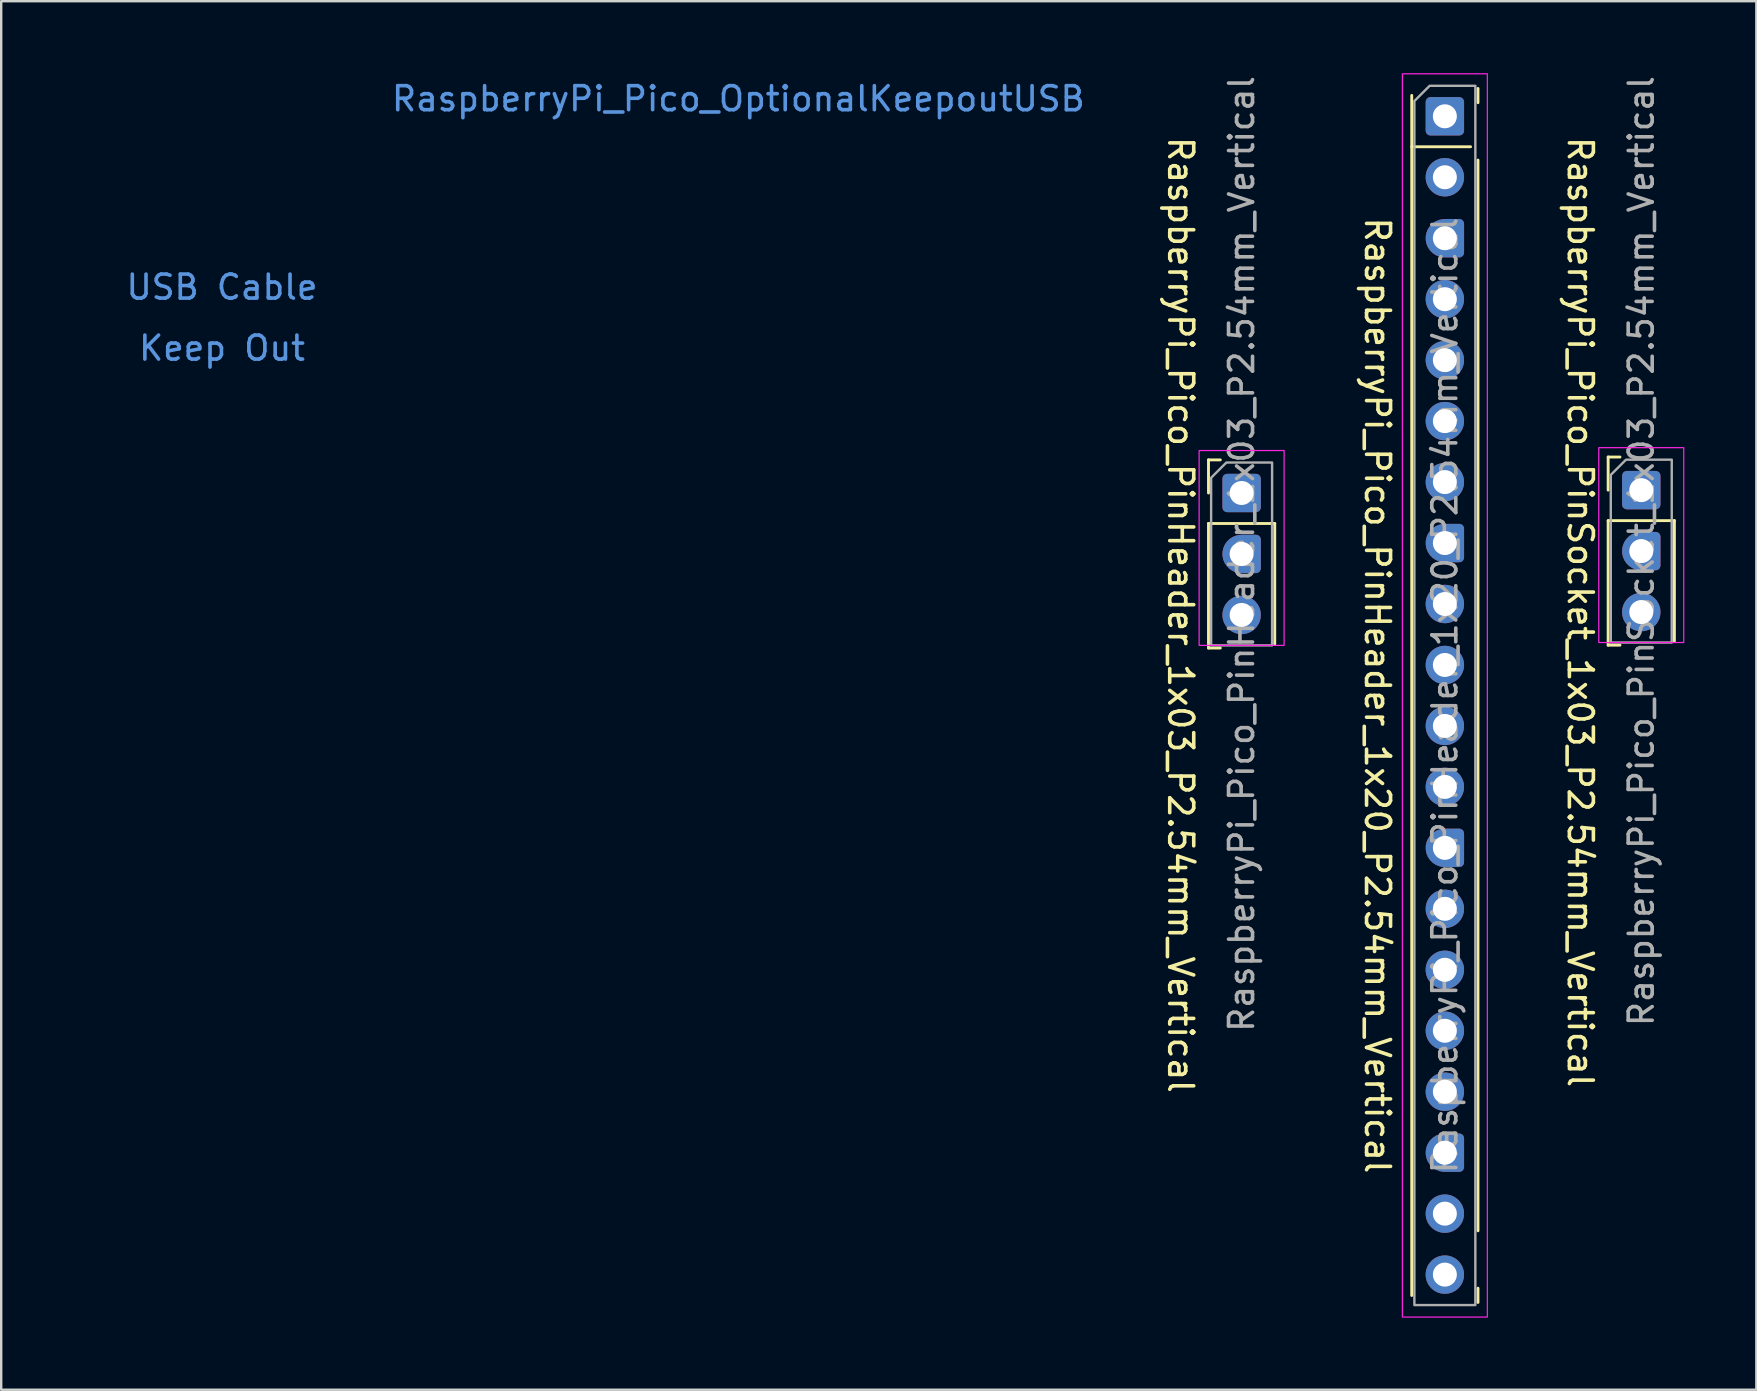
<source format=kicad_pcb>
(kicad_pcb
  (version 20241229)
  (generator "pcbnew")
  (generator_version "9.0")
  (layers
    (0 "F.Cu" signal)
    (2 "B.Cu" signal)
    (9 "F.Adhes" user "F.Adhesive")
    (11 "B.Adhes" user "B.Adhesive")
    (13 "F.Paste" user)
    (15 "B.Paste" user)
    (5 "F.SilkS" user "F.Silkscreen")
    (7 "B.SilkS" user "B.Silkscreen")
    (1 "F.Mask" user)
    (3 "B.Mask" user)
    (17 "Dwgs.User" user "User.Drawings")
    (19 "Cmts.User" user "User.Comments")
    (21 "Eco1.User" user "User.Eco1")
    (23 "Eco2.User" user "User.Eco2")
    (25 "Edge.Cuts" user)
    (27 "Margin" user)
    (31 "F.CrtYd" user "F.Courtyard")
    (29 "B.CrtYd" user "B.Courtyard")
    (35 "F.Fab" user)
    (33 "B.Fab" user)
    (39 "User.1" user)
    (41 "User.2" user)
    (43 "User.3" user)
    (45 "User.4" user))
  (footprint "RaspberryPi_Pico_PinSocket_1x03_P2.54mm_Vertical"
    (layer "F.Cu")
    (at 65.331 17.371)
    (property "Reference" "RaspberryPi_Pico_PinSocket_1x03_P2.54mm_Vertical" (at -2.54 5.08 270) (unlocked yes) (layer "F.SilkS") (effects (font (size 1 1) (thickness 0.15))))
    (attr through_hole)
    (fp_line (start -1.38 -1.38) (end -1.38 0) (stroke (width 0.12) (type solid)) (layer "F.SilkS"))
    (fp_line (start -1.38 -1.38) (end -0.887 -1.38) (stroke (width 0.12) (type solid)) (layer "F.SilkS"))
    (fp_line (start -1.38 1.27) (end -1.38 6.46) (stroke (width 0.12) (type solid)) (layer "F.SilkS"))
    (fp_line (start -1.38 1.27) (end 1.38 1.27) (stroke (width 0.12) (type solid)) (layer "F.SilkS"))
    (fp_line (start -1.38 6.46) (end -0.887 6.46) (stroke (width 0.12) (type solid)) (layer "F.SilkS"))
    (fp_line (start 1.38 1.27) (end 1.38 6.287) (stroke (width 0.12) (type solid)) (layer "F.SilkS"))
    (fp_rect (start -1.77 -1.77) (end 1.77 6.35) (stroke (width 0.05) (type default)) (fill no) (layer "F.CrtYd"))
    (fp_poly (pts (xy -1.27 -0.635) (xy -0.635 -1.27) (xy 1.27 -1.27) (xy 1.27 6.35) (xy -1.27 6.35)) (stroke (width 0.1) (type solid)) (fill no) (layer "F.Fab"))
    (fp_text user "${REFERENCE}" (at 0 2.54 90) (layer "F.Fab") (effects (font (size 1 1) (thickness 0.15))))
    (pad "1" thru_hole roundrect (at 0 0) (size 1.6 1.6) (drill 1) (layers "*.Cu" "*.Mask") (roundrect_rratio 0.125))
    (pad "2" thru_hole custom (at 0 2.54) (size 1.6 1.6) (drill 1) (layers "*.Cu" "*.Mask") (options (anchor circle)) (primitives (gr_poly (pts (xy 0.8 0.6) (xy 0.8 -0.6) (xy 0.6 -0.8) (xy 0 -0.8) (xy 0 0.8) (xy 0.6 0.8)) (width 0) (fill yes)) (gr_circle (center 0.6 0.6) (end 0.8 0.6) (width 0) (fill yes)) (gr_circle (center 0.6 -0.6) (end 0.8 -0.6) (width 0) (fill yes))))
    (pad "3" thru_hole circle (at 0 5.08) (size 1.6 1.6) (drill 1) (layers "*.Cu" "*.Mask"))
    (zone (net_name "") (layer "F.CrtYd") (name "Courtyard Keep Out") (hatch edge 0.5) (connect_pads) (min_thickness 0.25) (filled_areas_thickness no) (keepout (tracks allowed) (vias allowed) (pads allowed) (copperpour allowed) (footprints allowed)) (placement (enabled no)) (fill) (polygon (pts (xy 63.561 23.721) (xy 67.101 23.721) (xy 67.101 24.221) (xy 63.561 24.221)))))
  (footprint "RaspberryPi_Pico_PinHeader_1x03_P2.54mm_Vertical"
    (layer "F.Cu")
    (at 48.68 17.49)
    (property "Reference" "RaspberryPi_Pico_PinHeader_1x03_P2.54mm_Vertical" (at -2.54 5.08 270) (unlocked yes) (layer "F.SilkS") (effects (font (size 1 1) (thickness 0.15))))
    (attr through_hole)
    (fp_line (start -1.38 -1.38) (end -1.38 0) (stroke (width 0.12) (type solid)) (layer "F.SilkS"))
    (fp_line (start -1.38 -1.38) (end -0.887 -1.38) (stroke (width 0.12) (type solid)) (layer "F.SilkS"))
    (fp_line (start -1.38 1.27) (end -1.38 6.46) (stroke (width 0.12) (type solid)) (layer "F.SilkS"))
    (fp_line (start -1.38 1.27) (end 1.38 1.27) (stroke (width 0.12) (type solid)) (layer "F.SilkS"))
    (fp_line (start -1.38 6.46) (end -0.887 6.46) (stroke (width 0.12) (type solid)) (layer "F.SilkS"))
    (fp_line (start 1.38 1.27) (end 1.38 6.287) (stroke (width 0.12) (type solid)) (layer "F.SilkS"))
    (fp_rect (start -1.77 -1.77) (end 1.77 6.35) (stroke (width 0.05) (type default)) (fill no) (layer "F.CrtYd"))
    (fp_poly (pts (xy -1.27 -0.635) (xy -0.635 -1.27) (xy 1.27 -1.27) (xy 1.27 6.35) (xy -1.27 6.35)) (stroke (width 0.1) (type solid)) (fill no) (layer "F.Fab"))
    (fp_text user "${REFERENCE}" (at 0 2.54 90) (layer "F.Fab") (effects (font (size 1 1) (thickness 0.15))))
    (pad "1" thru_hole roundrect (at 0 0) (size 1.6 1.6) (drill 1) (layers "*.Cu" "*.Mask") (roundrect_rratio 0.125))
    (pad "2" thru_hole custom (at 0 2.54) (size 1.6 1.6) (drill 1) (layers "*.Cu" "*.Mask") (options (anchor circle)) (primitives (gr_poly (pts (xy 0.8 0.6) (xy 0.8 -0.6) (xy 0.6 -0.8) (xy 0 -0.8) (xy 0 0.8) (xy 0.6 0.8)) (width 0) (fill yes)) (gr_circle (center 0.6 0.6) (end 0.8 0.6) (width 0) (fill yes)) (gr_circle (center 0.6 -0.6) (end 0.8 -0.6) (width 0) (fill yes))))
    (pad "3" thru_hole circle (at 0 5.08) (size 1.6 1.6) (drill 1) (layers "*.Cu" "*.Mask"))
    (zone (net_name "") (layer "F.CrtYd") (name "Courtyard Keep Out") (hatch edge 0.5) (connect_pads) (min_thickness 0.25) (filled_areas_thickness no) (keepout (tracks allowed) (vias allowed) (pads allowed) (copperpour allowed) (footprints allowed)) (placement (enabled no)) (fill) (polygon (pts (xy 46.91 23.84) (xy 50.45 23.84) (xy 50.45 24.34) (xy 46.91 24.34)))))
  (footprint "RaspberryPi_Pico_OptionalKeepoutUSB"
    (layer "F.Cu")
    (at 6.2 47.65)
    (property "Reference" "RaspberryPi_Pico_OptionalKeepoutUSB" (at 6.985 -46.585 0) (unlocked yes) (layer "Cmts.User") (effects (font (size 1 1) (thickness 0.15)) (justify left)))
    (attr board_only exclude_from_pos_files exclude_from_bom allow_missing_courtyard)
    (fp_text user "USB Cable" (at 0 -38.735 0) (unlocked yes) (layer "Cmts.User") (effects (font (size 1 1) (thickness 0.15))))
    (fp_text user "Keep Out" (at 0 -36.195 0) (unlocked yes) (layer "Cmts.User") (effects (font (size 1 1) (thickness 0.15))))
    (zone (net_name "") (layer "Edge.Cuts") (name "Board Keep Out USB Cable") (hatch edge 0.5) (connect_pads) (min_thickness 0.254) (filled_areas_thickness no) (keepout (tracks allowed) (vias allowed) (pads allowed) (copperpour allowed) (footprints allowed)) (placement (enabled no)) (fill) (polygon (pts (xy 0 0) (xy 12.4 0) (xy 12.4 20.4) (xy 0 20.4))))
    (zone (net_name "") (layer "F.CrtYd") (name "USB Cable Keep Out") (hatch full 0.5) (connect_pads) (min_thickness 0.254) (filled_areas_thickness no) (keepout (tracks allowed) (vias allowed) (pads allowed) (copperpour allowed) (footprints not_allowed)) (placement (enabled no)) (fill) (polygon (pts (xy 0.45 19.95) (xy 2.26 19.95) (xy 2.26 20.25) (xy 10.14 20.25) (xy 10.14 19.95) (xy 11.95 19.95) (xy 11.95 0.45) (xy 0.45 0.45)))))
  (footprint "RaspberryPi_Pico_PinHeader_1x20_P2.54mm_Vertical"
    (layer "F.Cu")
    (at 57.148 1.795)
    (property "Reference" "RaspberryPi_Pico_PinHeader_1x20_P2.54mm_Vertical" (at -2.223 24.13 270) (unlocked yes) (layer "F.SilkS") (effects (font (size 1 1) (thickness 0.15)) (justify top)))
    (attr through_hole)
    (fp_line (start -1.38 -0.87) (end -1.38 49.13) (stroke (width 0.12) (type solid)) (layer "F.SilkS"))
    (fp_line (start -1.38 1.27) (end 1.071 1.27) (stroke (width 0.12) (type solid)) (layer "F.SilkS"))
    (fp_line (start 1.38 -1.16) (end 1.38 -0.566) (stroke (width 0.12) (type solid)) (layer "F.SilkS"))
    (fp_line (start 1.38 1.826) (end 1.38 46.434) (stroke (width 0.12) (type solid)) (layer "F.SilkS"))
    (fp_line (start 1.38 49.42) (end 1.38 48.826) (stroke (width 0.12) (type solid)) (layer "F.SilkS"))
    (fp_rect (start -1.77 -1.77) (end 1.77 50.03) (stroke (width 0.05) (type default)) (fill no) (layer "F.CrtYd"))
    (fp_poly (pts (xy -1.27 -0.635) (xy -0.635 -1.27) (xy 1.27 -1.27) (xy 1.27 49.53) (xy -1.27 49.53)) (stroke (width 0.1) (type solid)) (fill no) (layer "F.Fab"))
    (fp_text user "${REFERENCE}" (at 0 24.13 90) (layer "F.Fab") (effects (font (size 1 1) (thickness 0.15))))
    (pad "1" thru_hole roundrect (at 0 0) (size 1.6 1.6) (drill 1) (layers "*.Cu" "*.Mask") (roundrect_rratio 0.125))
    (pad "2" thru_hole circle (at 0 2.54) (size 1.6 1.6) (drill 1) (layers "*.Cu" "*.Mask"))
    (pad "3" thru_hole custom (at 0 5.08) (size 1.6 1.6) (drill 1) (layers "*.Cu" "*.Mask") (options (anchor circle)) (primitives (gr_poly (pts (xy 0.8 0.6) (xy 0.8 -0.6) (xy 0.6 -0.8) (xy 0 -0.8) (xy 0 0.8) (xy 0.6 0.8)) (width 0) (fill yes)) (gr_circle (center 0.6 0.6) (end 0.8 0.6) (width 0) (fill yes)) (gr_circle (center 0.6 -0.6) (end 0.8 -0.6) (width 0) (fill yes))))
    (pad "4" thru_hole circle (at 0 7.62) (size 1.6 1.6) (drill 1) (layers "*.Cu" "*.Mask"))
    (pad "5" thru_hole circle (at 0 10.16) (size 1.6 1.6) (drill 1) (layers "*.Cu" "*.Mask"))
    (pad "6" thru_hole circle (at 0 12.7) (size 1.6 1.6) (drill 1) (layers "*.Cu" "*.Mask"))
    (pad "7" thru_hole circle (at 0 15.24) (size 1.6 1.6) (drill 1) (layers "*.Cu" "*.Mask"))
    (pad "8" thru_hole custom (at 0 17.78) (size 1.6 1.6) (drill 1) (layers "*.Cu" "*.Mask") (options (anchor circle)) (primitives (gr_poly (pts (xy 0.8 0.6) (xy 0.8 -0.6) (xy 0.6 -0.8) (xy 0 -0.8) (xy 0 0.8) (xy 0.6 0.8)) (width 0) (fill yes)) (gr_circle (center 0.6 0.6) (end 0.8 0.6) (width 0) (fill yes)) (gr_circle (center 0.6 -0.6) (end 0.8 -0.6) (width 0) (fill yes))))
    (pad "9" thru_hole circle (at 0 20.32) (size 1.6 1.6) (drill 1) (layers "*.Cu" "*.Mask"))
    (pad "10" thru_hole circle (at 0 22.86) (size 1.6 1.6) (drill 1) (layers "*.Cu" "*.Mask"))
    (pad "11" thru_hole circle (at 0 25.4) (size 1.6 1.6) (drill 1) (layers "*.Cu" "*.Mask"))
    (pad "12" thru_hole circle (at 0 27.94) (size 1.6 1.6) (drill 1) (layers "*.Cu" "*.Mask"))
    (pad "13" thru_hole custom (at 0 30.48) (size 1.6 1.6) (drill 1) (layers "*.Cu" "*.Mask") (options (anchor circle)) (primitives (gr_poly (pts (xy 0.8 0.6) (xy 0.8 -0.6) (xy 0.6 -0.8) (xy 0 -0.8) (xy 0 0.8) (xy 0.6 0.8)) (width 0) (fill yes)) (gr_circle (center 0.6 0.6) (end 0.8 0.6) (width 0) (fill yes)) (gr_circle (center 0.6 -0.6) (end 0.8 -0.6) (width 0) (fill yes))))
    (pad "14" thru_hole circle (at 0 33.02) (size 1.6 1.6) (drill 1) (layers "*.Cu" "*.Mask"))
    (pad "15" thru_hole circle (at 0 35.56) (size 1.6 1.6) (drill 1) (layers "*.Cu" "*.Mask"))
    (pad "16" thru_hole circle (at 0 38.1) (size 1.6 1.6) (drill 1) (layers "*.Cu" "*.Mask"))
    (pad "17" thru_hole circle (at 0 40.64) (size 1.6 1.6) (drill 1) (layers "*.Cu" "*.Mask"))
    (pad "18" thru_hole custom (at 0 43.18) (size 1.6 1.6) (drill 1) (layers "*.Cu" "*.Mask") (options (anchor circle)) (primitives (gr_poly (pts (xy 0.8 0.6) (xy 0.8 -0.6) (xy 0.6 -0.8) (xy 0 -0.8) (xy 0 0.8) (xy 0.6 0.8)) (width 0) (fill yes)) (gr_circle (center 0.6 0.6) (end 0.8 0.6) (width 0) (fill yes)) (gr_circle (center 0.6 -0.6) (end 0.8 -0.6) (width 0) (fill yes))))
    (pad "19" thru_hole circle (at 0 45.72) (size 1.6 1.6) (drill 1) (layers "*.Cu" "*.Mask"))
    (pad "20" thru_hole circle (at 0 48.26) (size 1.6 1.6) (drill 1) (layers "*.Cu" "*.Mask")))
  (gr_rect
    (start -3 -3)
    (end 70.126 54.85)
    (stroke (width 0.1) (type default))
    (fill no)
    (layer "Edge.Cuts")))
</source>
